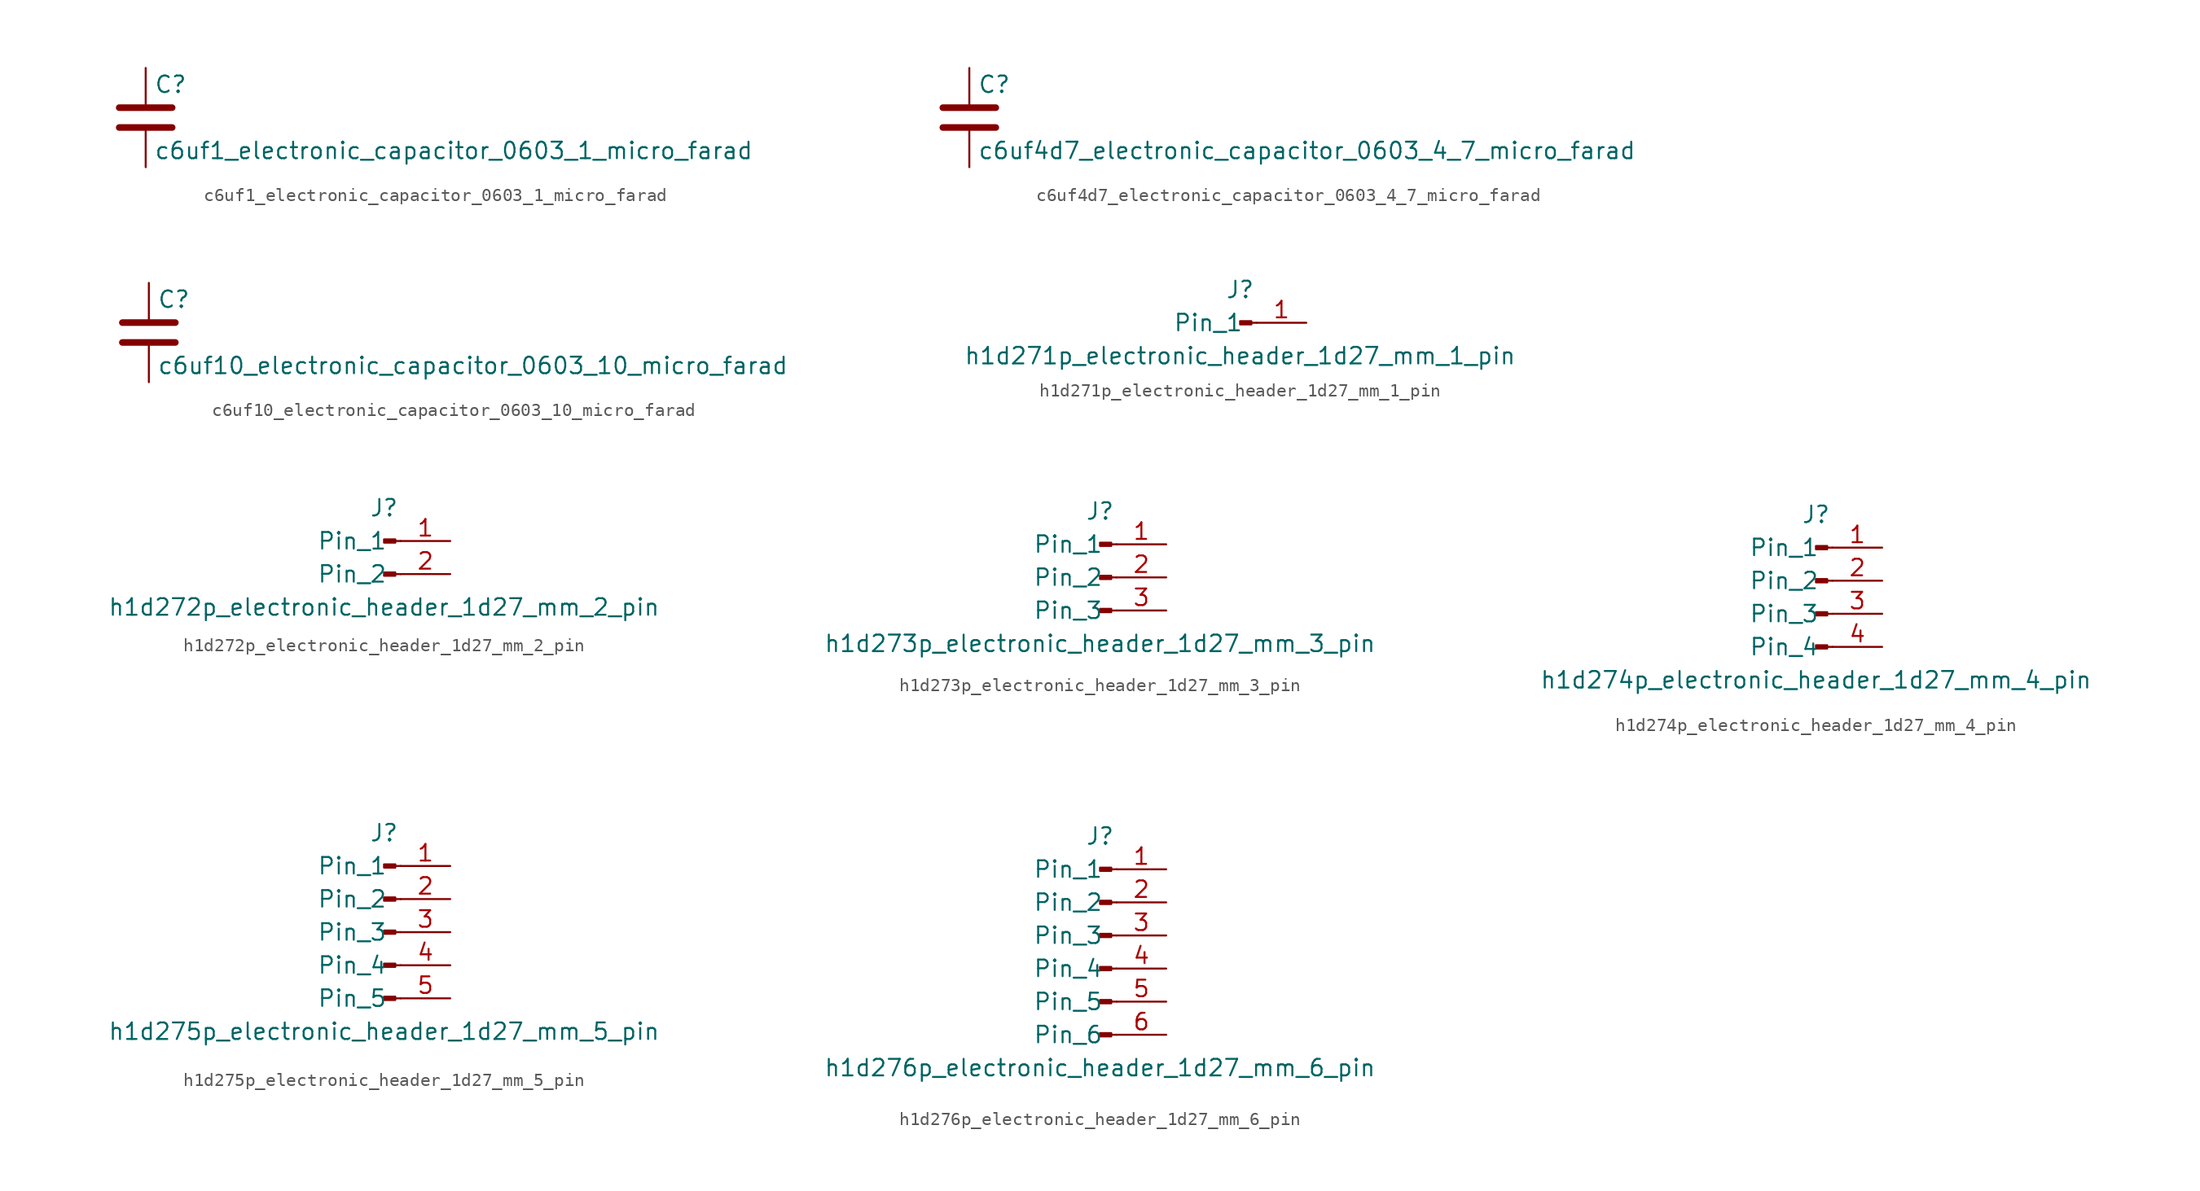
<source format=kicad_sym>
(kicad_symbol_lib
  (version 20220914)
  (generator kicad_symbol_editor)
  (symbol "c6uf1_electronic_capacitor_0603_1_micro_farad"
    (pin_numbers hide)
    (pin_names
      (offset 0.254))
    (property "Reference" "C"
      (at 0.635 2.54 0)
      (effects (font (size 1.27 1.27)) (justify left)))
    (property "Value" "c6uf1_electronic_capacitor_0603_1_micro_farad"
      (at 0.635 -2.54 0)
      (effects (font (size 1.27 1.27)) (justify left)))
    (symbol "c6uf1_electronic_capacitor_0603_1_micro_farad_0_1"
      (polyline (pts (xy -2.032 -0.762) (xy 2.032 -0.762)) (stroke (width 0.508) (type default)) (fill (type none)))
      (polyline (pts (xy -2.032 0.762) (xy 2.032 0.762)) (stroke (width 0.508) (type default)) (fill (type none))))
    (symbol "c6uf1_electronic_capacitor_0603_1_micro_farad_1_1"
      (pin passive line (at 0 3.81 270) (length 2.794) (name "~" (effects (font (size 1.27 1.27)))) (number "1" (effects (font (size 1.27 1.27)))))
      (pin passive line (at 0 -3.81 90) (length 2.794) (name "~" (effects (font (size 1.27 1.27)))) (number "2" (effects (font (size 1.27 1.27)))))))
  (symbol "c6uf4d7_electronic_capacitor_0603_4_7_micro_farad"
    (pin_numbers hide)
    (pin_names
      (offset 0.254))
    (property "Reference" "C"
      (at 0.635 2.54 0)
      (effects (font (size 1.27 1.27)) (justify left)))
    (property "Value" "c6uf4d7_electronic_capacitor_0603_4_7_micro_farad"
      (at 0.635 -2.54 0)
      (effects (font (size 1.27 1.27)) (justify left)))
    (symbol "c6uf4d7_electronic_capacitor_0603_4_7_micro_farad_0_1"
      (polyline (pts (xy -2.032 -0.762) (xy 2.032 -0.762)) (stroke (width 0.508) (type default)) (fill (type none)))
      (polyline (pts (xy -2.032 0.762) (xy 2.032 0.762)) (stroke (width 0.508) (type default)) (fill (type none))))
    (symbol "c6uf4d7_electronic_capacitor_0603_4_7_micro_farad_1_1"
      (pin passive line (at 0 3.81 270) (length 2.794) (name "~" (effects (font (size 1.27 1.27)))) (number "1" (effects (font (size 1.27 1.27)))))
      (pin passive line (at 0 -3.81 90) (length 2.794) (name "~" (effects (font (size 1.27 1.27)))) (number "2" (effects (font (size 1.27 1.27)))))))
  (symbol "c6uf10_electronic_capacitor_0603_10_micro_farad"
    (pin_numbers hide)
    (pin_names
      (offset 0.254))
    (property "Reference" "C"
      (at 0.635 2.54 0)
      (effects (font (size 1.27 1.27)) (justify left)))
    (property "Value" "c6uf10_electronic_capacitor_0603_10_micro_farad"
      (at 0.635 -2.54 0)
      (effects (font (size 1.27 1.27)) (justify left)))
    (symbol "c6uf10_electronic_capacitor_0603_10_micro_farad_0_1"
      (polyline (pts (xy -2.032 -0.762) (xy 2.032 -0.762)) (stroke (width 0.508) (type default)) (fill (type none)))
      (polyline (pts (xy -2.032 0.762) (xy 2.032 0.762)) (stroke (width 0.508) (type default)) (fill (type none))))
    (symbol "c6uf10_electronic_capacitor_0603_10_micro_farad_1_1"
      (pin passive line (at 0 3.81 270) (length 2.794) (name "~" (effects (font (size 1.27 1.27)))) (number "1" (effects (font (size 1.27 1.27)))))
      (pin passive line (at 0 -3.81 90) (length 2.794) (name "~" (effects (font (size 1.27 1.27)))) (number "2" (effects (font (size 1.27 1.27)))))))
  (symbol "h1d271p_electronic_header_1d27_mm_1_pin"
    (pin_names
      (offset 1.016))
    (property "Reference" "J"
      (at 0 2.54 0)
      (effects (font (size 1.27 1.27))))
    (property "Value" "h1d271p_electronic_header_1d27_mm_1_pin"
      (at 0 -2.54 0)
      (effects (font (size 1.27 1.27))))
    (property "ki_locked" ""
      (at 0 0 0)
      (effects (font (size 1.27 1.27))))
    (symbol "h1d271p_electronic_header_1d27_mm_1_pin_1_1"
      (polyline (pts (xy 1.27 0) (xy 0.864 0)) (stroke (width 0.152) (type default)) (fill (type none)))
      (rectangle (start 0.864 0.127) (end 0 -0.127) (stroke (width 0.152) (type default)) (fill (type outline)))
      (pin passive line (at 5.08 0 180) (length 3.81) (name "Pin_1" (effects (font (size 1.27 1.27)))) (number "1" (effects (font (size 1.27 1.27)))))))
  (symbol "h1d272p_electronic_header_1d27_mm_2_pin"
    (pin_names
      (offset 1.016))
    (property "Reference" "J"
      (at 0 2.54 0)
      (effects (font (size 1.27 1.27))))
    (property "Value" "h1d272p_electronic_header_1d27_mm_2_pin"
      (at 0 -5.08 0)
      (effects (font (size 1.27 1.27))))
    (property "ki_locked" ""
      (at 0 0 0)
      (effects (font (size 1.27 1.27))))
    (symbol "h1d272p_electronic_header_1d27_mm_2_pin_1_1"
      (polyline (pts (xy 1.27 -2.54) (xy 0.864 -2.54)) (stroke (width 0.152) (type default)) (fill (type none)))
      (polyline (pts (xy 1.27 0) (xy 0.864 0)) (stroke (width 0.152) (type default)) (fill (type none)))
      (rectangle (start 0.864 -2.413) (end 0 -2.667) (stroke (width 0.152) (type default)) (fill (type outline)))
      (rectangle (start 0.864 0.127) (end 0 -0.127) (stroke (width 0.152) (type default)) (fill (type outline)))
      (pin passive line (at 5.08 0 180) (length 3.81) (name "Pin_1" (effects (font (size 1.27 1.27)))) (number "1" (effects (font (size 1.27 1.27)))))
      (pin passive line (at 5.08 -2.54 180) (length 3.81) (name "Pin_2" (effects (font (size 1.27 1.27)))) (number "2" (effects (font (size 1.27 1.27)))))))
  (symbol "h1d273p_electronic_header_1d27_mm_3_pin"
    (pin_names
      (offset 1.016))
    (property "Reference" "J"
      (at 0 5.08 0)
      (effects (font (size 1.27 1.27))))
    (property "Value" "h1d273p_electronic_header_1d27_mm_3_pin"
      (at 0 -5.08 0)
      (effects (font (size 1.27 1.27))))
    (property "ki_locked" ""
      (at 0 0 0)
      (effects (font (size 1.27 1.27))))
    (symbol "h1d273p_electronic_header_1d27_mm_3_pin_1_1"
      (polyline (pts (xy 1.27 -2.54) (xy 0.864 -2.54)) (stroke (width 0.152) (type default)) (fill (type none)))
      (polyline (pts (xy 1.27 0) (xy 0.864 0)) (stroke (width 0.152) (type default)) (fill (type none)))
      (polyline (pts (xy 1.27 2.54) (xy 0.864 2.54)) (stroke (width 0.152) (type default)) (fill (type none)))
      (rectangle (start 0.864 -2.413) (end 0 -2.667) (stroke (width 0.152) (type default)) (fill (type outline)))
      (rectangle (start 0.864 0.127) (end 0 -0.127) (stroke (width 0.152) (type default)) (fill (type outline)))
      (rectangle (start 0.864 2.667) (end 0 2.413) (stroke (width 0.152) (type default)) (fill (type outline)))
      (pin passive line (at 5.08 2.54 180) (length 3.81) (name "Pin_1" (effects (font (size 1.27 1.27)))) (number "1" (effects (font (size 1.27 1.27)))))
      (pin passive line (at 5.08 0 180) (length 3.81) (name "Pin_2" (effects (font (size 1.27 1.27)))) (number "2" (effects (font (size 1.27 1.27)))))
      (pin passive line (at 5.08 -2.54 180) (length 3.81) (name "Pin_3" (effects (font (size 1.27 1.27)))) (number "3" (effects (font (size 1.27 1.27)))))))
  (symbol "h1d274p_electronic_header_1d27_mm_4_pin"
    (pin_names
      (offset 1.016))
    (property "Reference" "J"
      (at 0 5.08 0)
      (effects (font (size 1.27 1.27))))
    (property "Value" "h1d274p_electronic_header_1d27_mm_4_pin"
      (at 0 -7.62 0)
      (effects (font (size 1.27 1.27))))
    (property "ki_locked" ""
      (at 0 0 0)
      (effects (font (size 1.27 1.27))))
    (symbol "h1d274p_electronic_header_1d27_mm_4_pin_1_1"
      (polyline (pts (xy 1.27 -5.08) (xy 0.864 -5.08)) (stroke (width 0.152) (type default)) (fill (type none)))
      (polyline (pts (xy 1.27 -2.54) (xy 0.864 -2.54)) (stroke (width 0.152) (type default)) (fill (type none)))
      (polyline (pts (xy 1.27 0) (xy 0.864 0)) (stroke (width 0.152) (type default)) (fill (type none)))
      (polyline (pts (xy 1.27 2.54) (xy 0.864 2.54)) (stroke (width 0.152) (type default)) (fill (type none)))
      (rectangle (start 0.864 -4.953) (end 0 -5.207) (stroke (width 0.152) (type default)) (fill (type outline)))
      (rectangle (start 0.864 -2.413) (end 0 -2.667) (stroke (width 0.152) (type default)) (fill (type outline)))
      (rectangle (start 0.864 0.127) (end 0 -0.127) (stroke (width 0.152) (type default)) (fill (type outline)))
      (rectangle (start 0.864 2.667) (end 0 2.413) (stroke (width 0.152) (type default)) (fill (type outline)))
      (pin passive line (at 5.08 2.54 180) (length 3.81) (name "Pin_1" (effects (font (size 1.27 1.27)))) (number "1" (effects (font (size 1.27 1.27)))))
      (pin passive line (at 5.08 0 180) (length 3.81) (name "Pin_2" (effects (font (size 1.27 1.27)))) (number "2" (effects (font (size 1.27 1.27)))))
      (pin passive line (at 5.08 -2.54 180) (length 3.81) (name "Pin_3" (effects (font (size 1.27 1.27)))) (number "3" (effects (font (size 1.27 1.27)))))
      (pin passive line (at 5.08 -5.08 180) (length 3.81) (name "Pin_4" (effects (font (size 1.27 1.27)))) (number "4" (effects (font (size 1.27 1.27)))))))
  (symbol "h1d275p_electronic_header_1d27_mm_5_pin"
    (pin_names
      (offset 1.016))
    (property "Reference" "J"
      (at 0 7.62 0)
      (effects (font (size 1.27 1.27))))
    (property "Value" "h1d275p_electronic_header_1d27_mm_5_pin"
      (at 0 -7.62 0)
      (effects (font (size 1.27 1.27))))
    (property "ki_locked" ""
      (at 0 0 0)
      (effects (font (size 1.27 1.27))))
    (symbol "h1d275p_electronic_header_1d27_mm_5_pin_1_1"
      (polyline (pts (xy 1.27 -5.08) (xy 0.864 -5.08)) (stroke (width 0.152) (type default)) (fill (type none)))
      (polyline (pts (xy 1.27 -2.54) (xy 0.864 -2.54)) (stroke (width 0.152) (type default)) (fill (type none)))
      (polyline (pts (xy 1.27 0) (xy 0.864 0)) (stroke (width 0.152) (type default)) (fill (type none)))
      (polyline (pts (xy 1.27 2.54) (xy 0.864 2.54)) (stroke (width 0.152) (type default)) (fill (type none)))
      (polyline (pts (xy 1.27 5.08) (xy 0.864 5.08)) (stroke (width 0.152) (type default)) (fill (type none)))
      (rectangle (start 0.864 -4.953) (end 0 -5.207) (stroke (width 0.152) (type default)) (fill (type outline)))
      (rectangle (start 0.864 -2.413) (end 0 -2.667) (stroke (width 0.152) (type default)) (fill (type outline)))
      (rectangle (start 0.864 0.127) (end 0 -0.127) (stroke (width 0.152) (type default)) (fill (type outline)))
      (rectangle (start 0.864 2.667) (end 0 2.413) (stroke (width 0.152) (type default)) (fill (type outline)))
      (rectangle (start 0.864 5.207) (end 0 4.953) (stroke (width 0.152) (type default)) (fill (type outline)))
      (pin passive line (at 5.08 5.08 180) (length 3.81) (name "Pin_1" (effects (font (size 1.27 1.27)))) (number "1" (effects (font (size 1.27 1.27)))))
      (pin passive line (at 5.08 2.54 180) (length 3.81) (name "Pin_2" (effects (font (size 1.27 1.27)))) (number "2" (effects (font (size 1.27 1.27)))))
      (pin passive line (at 5.08 0 180) (length 3.81) (name "Pin_3" (effects (font (size 1.27 1.27)))) (number "3" (effects (font (size 1.27 1.27)))))
      (pin passive line (at 5.08 -2.54 180) (length 3.81) (name "Pin_4" (effects (font (size 1.27 1.27)))) (number "4" (effects (font (size 1.27 1.27)))))
      (pin passive line (at 5.08 -5.08 180) (length 3.81) (name "Pin_5" (effects (font (size 1.27 1.27)))) (number "5" (effects (font (size 1.27 1.27)))))))
  (symbol "h1d276p_electronic_header_1d27_mm_6_pin"
    (pin_names
      (offset 1.016))
    (property "Reference" "J"
      (at 0 7.62 0)
      (effects (font (size 1.27 1.27))))
    (property "Value" "h1d276p_electronic_header_1d27_mm_6_pin"
      (at 0 -10.16 0)
      (effects (font (size 1.27 1.27))))
    (property "ki_locked" ""
      (at 0 0 0)
      (effects (font (size 1.27 1.27))))
    (symbol "h1d276p_electronic_header_1d27_mm_6_pin_1_1"
      (polyline (pts (xy 1.27 -7.62) (xy 0.864 -7.62)) (stroke (width 0.152) (type default)) (fill (type none)))
      (polyline (pts (xy 1.27 -5.08) (xy 0.864 -5.08)) (stroke (width 0.152) (type default)) (fill (type none)))
      (polyline (pts (xy 1.27 -2.54) (xy 0.864 -2.54)) (stroke (width 0.152) (type default)) (fill (type none)))
      (polyline (pts (xy 1.27 0) (xy 0.864 0)) (stroke (width 0.152) (type default)) (fill (type none)))
      (polyline (pts (xy 1.27 2.54) (xy 0.864 2.54)) (stroke (width 0.152) (type default)) (fill (type none)))
      (polyline (pts (xy 1.27 5.08) (xy 0.864 5.08)) (stroke (width 0.152) (type default)) (fill (type none)))
      (rectangle (start 0.864 -7.493) (end 0 -7.747) (stroke (width 0.152) (type default)) (fill (type outline)))
      (rectangle (start 0.864 -4.953) (end 0 -5.207) (stroke (width 0.152) (type default)) (fill (type outline)))
      (rectangle (start 0.864 -2.413) (end 0 -2.667) (stroke (width 0.152) (type default)) (fill (type outline)))
      (rectangle (start 0.864 0.127) (end 0 -0.127) (stroke (width 0.152) (type default)) (fill (type outline)))
      (rectangle (start 0.864 2.667) (end 0 2.413) (stroke (width 0.152) (type default)) (fill (type outline)))
      (rectangle (start 0.864 5.207) (end 0 4.953) (stroke (width 0.152) (type default)) (fill (type outline)))
      (pin passive line (at 5.08 5.08 180) (length 3.81) (name "Pin_1" (effects (font (size 1.27 1.27)))) (number "1" (effects (font (size 1.27 1.27)))))
      (pin passive line (at 5.08 2.54 180) (length 3.81) (name "Pin_2" (effects (font (size 1.27 1.27)))) (number "2" (effects (font (size 1.27 1.27)))))
      (pin passive line (at 5.08 0 180) (length 3.81) (name "Pin_3" (effects (font (size 1.27 1.27)))) (number "3" (effects (font (size 1.27 1.27)))))
      (pin passive line (at 5.08 -2.54 180) (length 3.81) (name "Pin_4" (effects (font (size 1.27 1.27)))) (number "4" (effects (font (size 1.27 1.27)))))
      (pin passive line (at 5.08 -5.08 180) (length 3.81) (name "Pin_5" (effects (font (size 1.27 1.27)))) (number "5" (effects (font (size 1.27 1.27)))))
      (pin passive line (at 5.08 -7.62 180) (length 3.81) (name "Pin_6" (effects (font (size 1.27 1.27)))) (number "6" (effects (font (size 1.27 1.27))))))))
</source>
